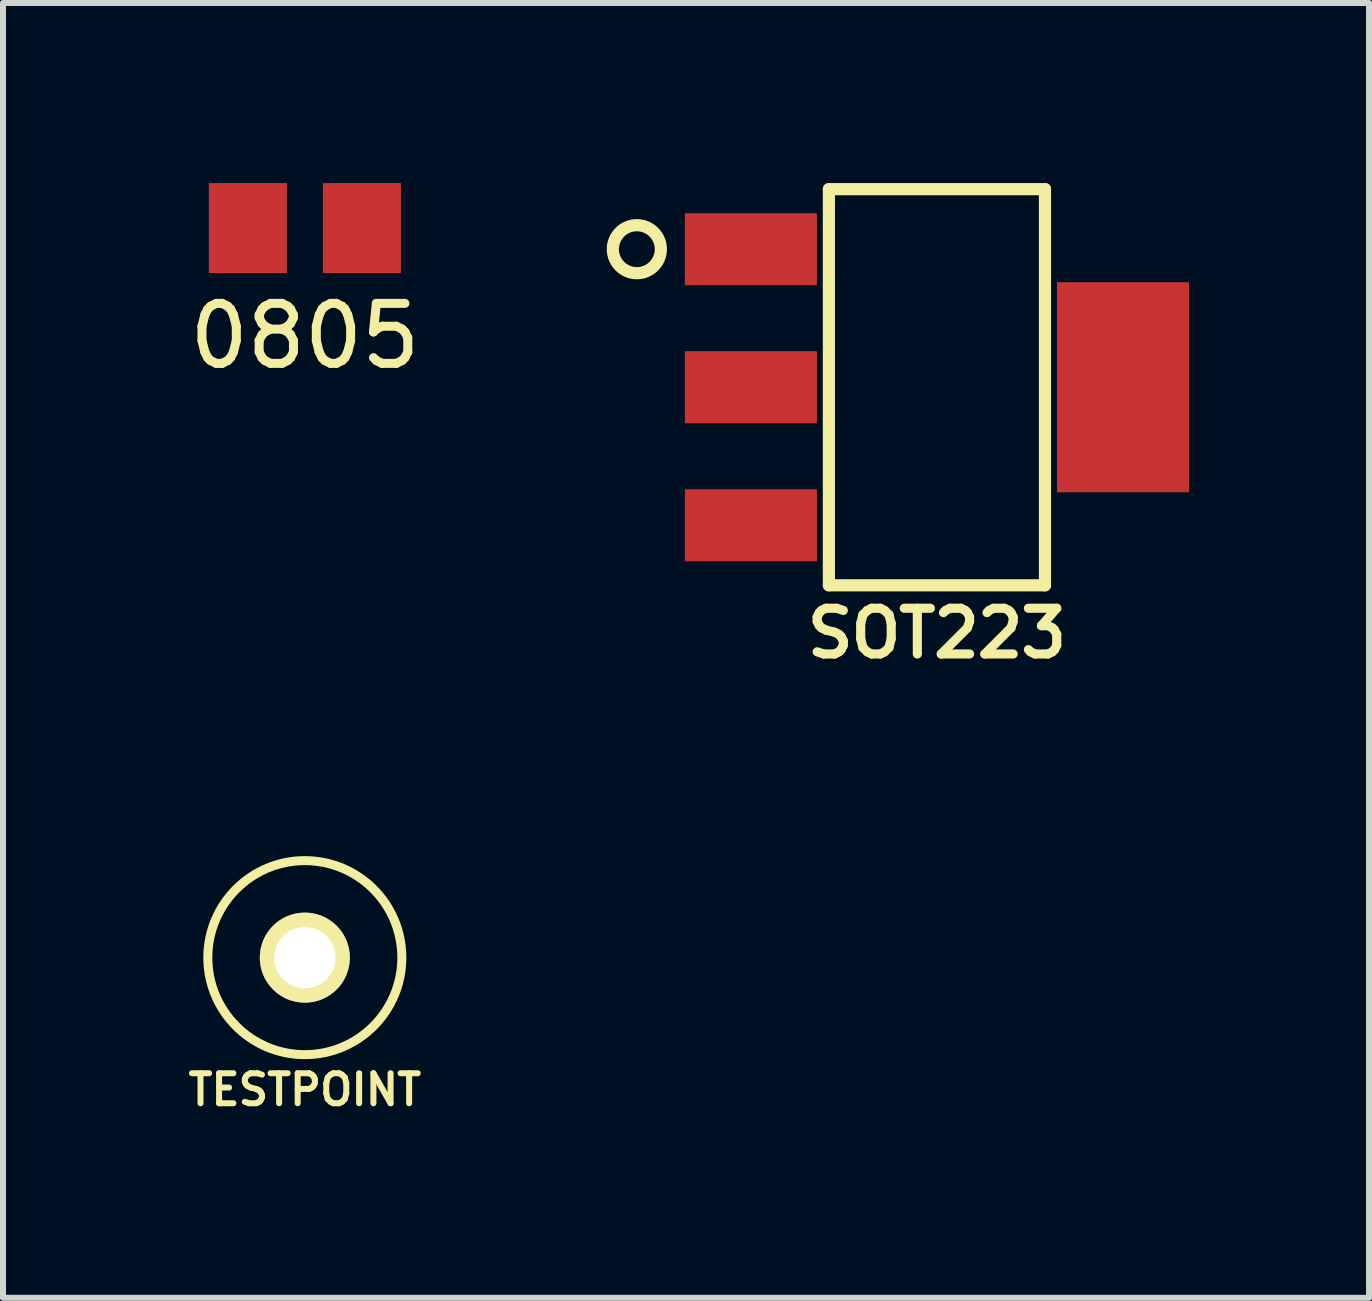
<source format=kicad_pcb>
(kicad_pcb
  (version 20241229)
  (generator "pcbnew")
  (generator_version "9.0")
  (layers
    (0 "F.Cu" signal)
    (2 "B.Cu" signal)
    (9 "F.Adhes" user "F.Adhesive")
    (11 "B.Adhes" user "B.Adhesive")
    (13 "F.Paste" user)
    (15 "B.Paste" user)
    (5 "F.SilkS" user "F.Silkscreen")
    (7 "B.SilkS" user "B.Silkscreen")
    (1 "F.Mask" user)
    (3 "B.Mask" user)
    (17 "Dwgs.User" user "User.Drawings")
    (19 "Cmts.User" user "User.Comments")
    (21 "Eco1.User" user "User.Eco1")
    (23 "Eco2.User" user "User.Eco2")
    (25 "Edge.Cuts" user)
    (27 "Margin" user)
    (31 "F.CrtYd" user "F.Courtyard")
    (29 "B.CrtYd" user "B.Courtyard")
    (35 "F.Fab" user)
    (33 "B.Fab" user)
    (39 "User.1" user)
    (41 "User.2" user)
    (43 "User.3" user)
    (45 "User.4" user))
  (footprint "SOT223"
    (layer "F.Cu")
    (at 12.561 3.402)
    (property "Reference" "SOT223" (at 0 4.1 0) (layer "F.SilkS") (effects (font (size 0.762 0.762) (thickness 0.152))))
    (attr smd)
    (fp_line (start -1.8 -3.3) (end 1.8 -3.3) (stroke (width 0.203) (type solid)) (layer "F.SilkS"))
    (fp_line (start -1.8 3.3) (end -1.8 -3.3) (stroke (width 0.203) (type solid)) (layer "F.SilkS"))
    (fp_line (start 1.8 -3.3) (end 1.8 3.3) (stroke (width 0.203) (type solid)) (layer "F.SilkS"))
    (fp_line (start 1.8 3.3) (end -1.8 3.3) (stroke (width 0.203) (type solid)) (layer "F.SilkS"))
    (fp_circle (center -5 -2.3) (end -4.6 -2.3) (stroke (width 0.203) (type solid)) (fill no) (layer "F.SilkS"))
    (pad "1" smd rect (at -3.1 -2.3) (size 2.2 1.2) (layers "F.Cu" "F.Mask" "F.Paste"))
    (pad "2" smd rect (at -3.1 0) (size 2.2 1.2) (layers "F.Cu" "F.Mask" "F.Paste"))
    (pad "3" smd rect (at -3.1 2.3) (size 2.2 1.2) (layers "F.Cu" "F.Mask" "F.Paste"))
    (pad "4" smd rect (at 3.1 0) (size 2.2 3.5) (layers "F.Cu" "F.Mask" "F.Paste")))
  (footprint "TESTPOINT"
    (layer "F.Cu")
    (at 2.029 12.906)
    (property "Reference" "TESTPOINT" (at 0 2.2 0) (layer "F.SilkS") (effects (font (size 0.5 0.5) (thickness 0.1))))
    (attr through_hole)
    (fp_circle (center 0 0) (end 1 1.27) (stroke (width 0.15) (type solid)) (fill no) (layer "F.SilkS"))
    (pad "1" thru_hole circle (at 0 0) (size 1.5 1.5) (drill 1.02) (layers "*.Cu" "*.Mask" "F.SilkS")))
  (footprint "0805"
    (layer "F.Cu")
    (at 2.03 0.75)
    (property "Reference" "0805" (at 0 1.8 0) (layer "F.SilkS") (effects (font (size 1 1) (thickness 0.15))))
    (attr through_hole)
    (pad "1" smd rect (at -0.95 0) (size 1.3 1.5) (layers "F.Cu" "F.Mask" "F.Paste"))
    (pad "2" smd rect (at 0.95 0) (size 1.3 1.5) (layers "F.Cu" "F.Mask" "F.Paste")))
  (gr_rect
    (start -3 -3)
    (end 19.761 18.574)
    (stroke (width 0.1) (type default))
    (fill no)
    (layer "Edge.Cuts")))
</source>
